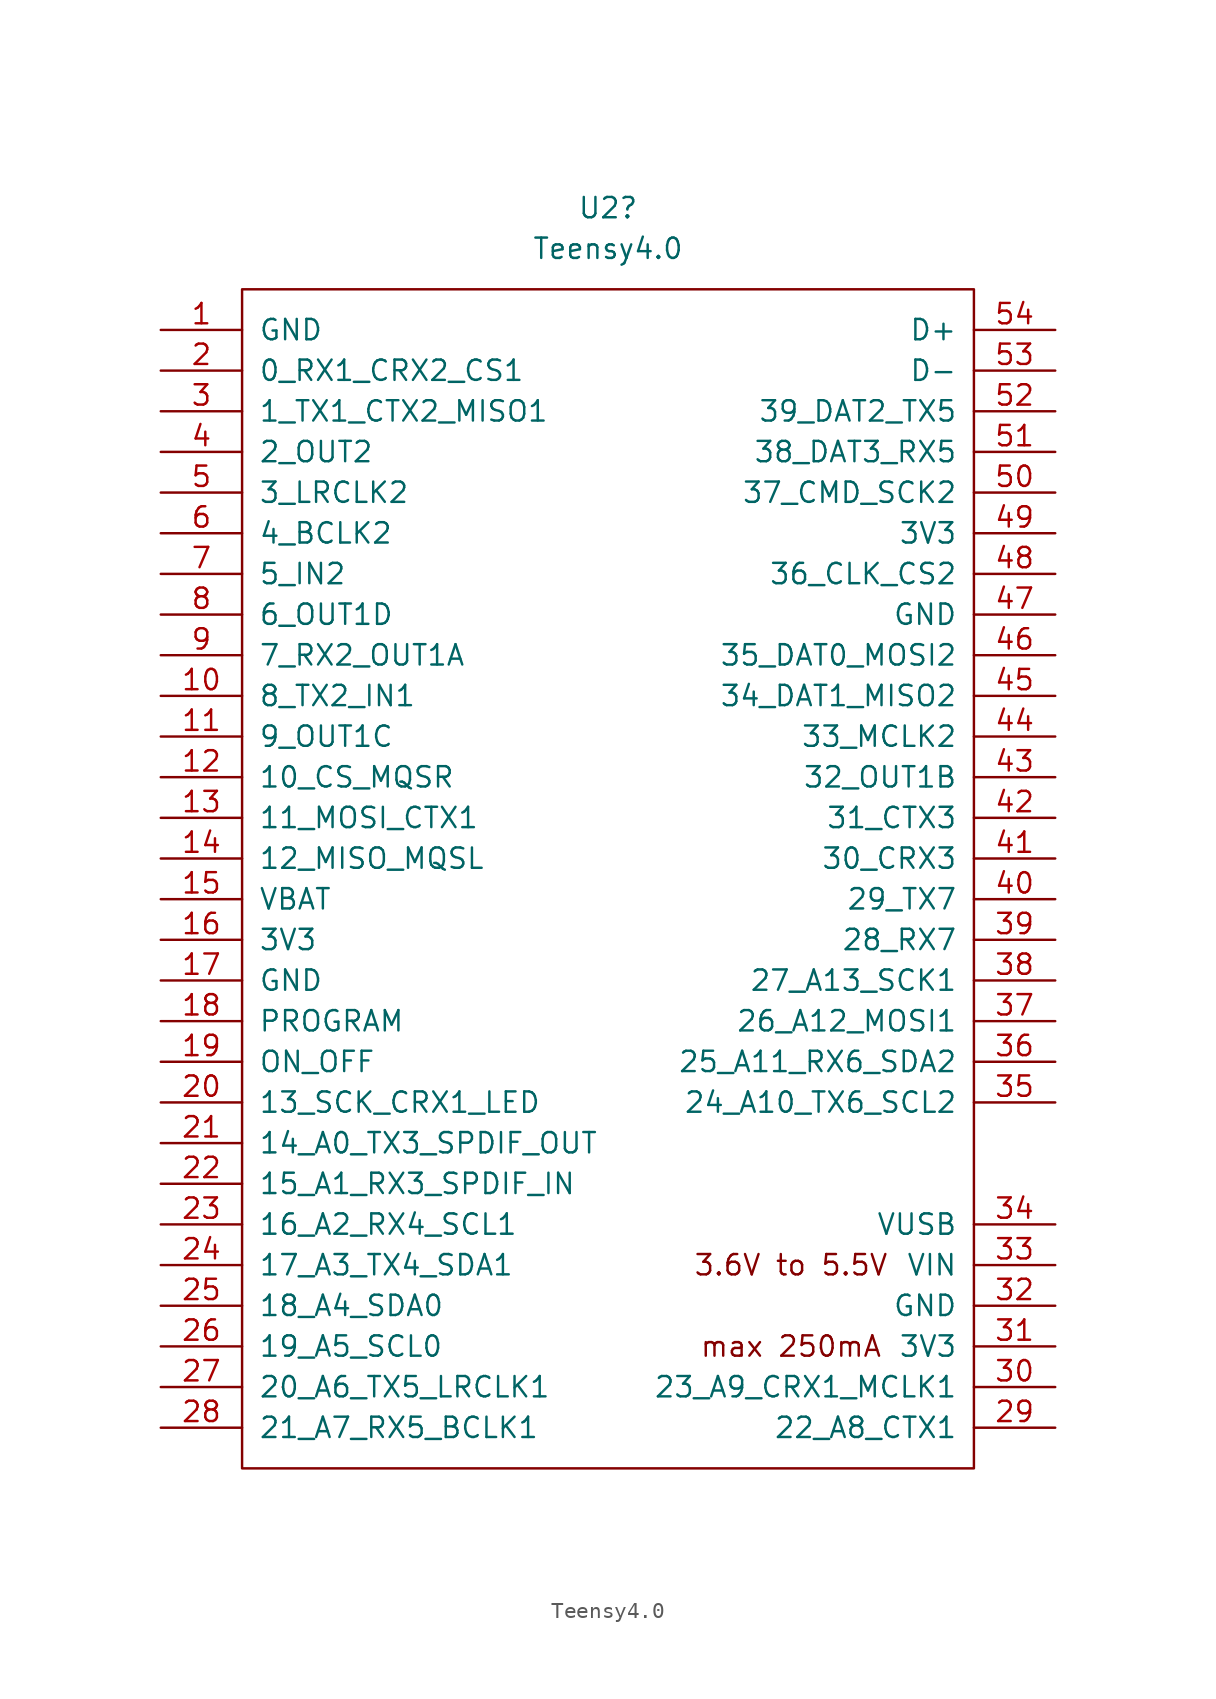
<source format=kicad_sym>
(kicad_symbol_lib
  (version 20220914)
  (generator kicad_symbol_editor)
  (symbol "Teensy4.0"
    (pin_names
      (offset 1.016))
    (property "Reference" "U2"
      (at 0 41.91 0)
      (effects (font (size 1.27 1.27))))
    (property "Value" "Teensy4.0"
      (at 0 39.37 0)
      (effects (font (size 1.27 1.27))))
    (symbol "Teensy4.0_0_0"
      (text "3.6V to 5.5V" (at 11.43 -24.13 0) (effects (font (size 1.27 1.27))))
      (text "max 250mA" (at 11.43 -29.21 0) (effects (font (size 1.27 1.27))))
      (pin bidirectional line (at -27.94 11.43 0) (length 5.08) (name "8_TX2_IN1" (effects (font (size 1.27 1.27)))) (number "10" (effects (font (size 1.27 1.27)))))
      (pin bidirectional line (at -27.94 8.89 0) (length 5.08) (name "9_OUT1C" (effects (font (size 1.27 1.27)))) (number "11" (effects (font (size 1.27 1.27)))))
      (pin bidirectional line (at -27.94 6.35 0) (length 5.08) (name "10_CS_MQSR" (effects (font (size 1.27 1.27)))) (number "12" (effects (font (size 1.27 1.27)))))
      (pin bidirectional line (at -27.94 3.81 0) (length 5.08) (name "11_MOSI_CTX1" (effects (font (size 1.27 1.27)))) (number "13" (effects (font (size 1.27 1.27)))))
      (pin bidirectional line (at -27.94 1.27 0) (length 5.08) (name "12_MISO_MQSL" (effects (font (size 1.27 1.27)))) (number "14" (effects (font (size 1.27 1.27)))))
      (pin power_in line (at -27.94 -1.27 0) (length 5.08) (name "VBAT" (effects (font (size 1.27 1.27)))) (number "15" (effects (font (size 1.27 1.27)))))
      (pin power_in line (at -27.94 -3.81 0) (length 5.08) (name "3V3" (effects (font (size 1.27 1.27)))) (number "16" (effects (font (size 1.27 1.27)))))
      (pin power_in line (at -27.94 -6.35 0) (length 5.08) (name "GND" (effects (font (size 1.27 1.27)))) (number "17" (effects (font (size 1.27 1.27)))))
      (pin input line (at -27.94 -8.89 0) (length 5.08) (name "PROGRAM" (effects (font (size 1.27 1.27)))) (number "18" (effects (font (size 1.27 1.27)))))
      (pin input line (at -27.94 -11.43 0) (length 5.08) (name "ON_OFF" (effects (font (size 1.27 1.27)))) (number "19" (effects (font (size 1.27 1.27)))))
      (pin bidirectional line (at -27.94 -13.97 0) (length 5.08) (name "13_SCK_CRX1_LED" (effects (font (size 1.27 1.27)))) (number "20" (effects (font (size 1.27 1.27)))))
      (pin bidirectional line (at -27.94 -16.51 0) (length 5.08) (name "14_A0_TX3_SPDIF_OUT" (effects (font (size 1.27 1.27)))) (number "21" (effects (font (size 1.27 1.27)))))
      (pin bidirectional line (at -27.94 -19.05 0) (length 5.08) (name "15_A1_RX3_SPDIF_IN" (effects (font (size 1.27 1.27)))) (number "22" (effects (font (size 1.27 1.27)))))
      (pin bidirectional line (at -27.94 -21.59 0) (length 5.08) (name "16_A2_RX4_SCL1" (effects (font (size 1.27 1.27)))) (number "23" (effects (font (size 1.27 1.27)))))
      (pin bidirectional line (at -27.94 -24.13 0) (length 5.08) (name "17_A3_TX4_SDA1" (effects (font (size 1.27 1.27)))) (number "24" (effects (font (size 1.27 1.27)))))
      (pin bidirectional line (at -27.94 -26.67 0) (length 5.08) (name "18_A4_SDA0" (effects (font (size 1.27 1.27)))) (number "25" (effects (font (size 1.27 1.27)))))
      (pin bidirectional line (at -27.94 -29.21 0) (length 5.08) (name "19_A5_SCL0" (effects (font (size 1.27 1.27)))) (number "26" (effects (font (size 1.27 1.27)))))
      (pin bidirectional line (at -27.94 -31.75 0) (length 5.08) (name "20_A6_TX5_LRCLK1" (effects (font (size 1.27 1.27)))) (number "27" (effects (font (size 1.27 1.27)))))
      (pin bidirectional line (at -27.94 -34.29 0) (length 5.08) (name "21_A7_RX5_BCLK1" (effects (font (size 1.27 1.27)))) (number "28" (effects (font (size 1.27 1.27)))))
      (pin bidirectional line (at 27.94 -34.29 180) (length 5.08) (name "22_A8_CTX1" (effects (font (size 1.27 1.27)))) (number "29" (effects (font (size 1.27 1.27)))))
      (pin bidirectional line (at 27.94 -31.75 180) (length 5.08) (name "23_A9_CRX1_MCLK1" (effects (font (size 1.27 1.27)))) (number "30" (effects (font (size 1.27 1.27)))))
      (pin power_out line (at 27.94 -29.21 180) (length 5.08) (name "3V3" (effects (font (size 1.27 1.27)))) (number "31" (effects (font (size 1.27 1.27)))))
      (pin power_in line (at 27.94 -26.67 180) (length 5.08) (name "GND" (effects (font (size 1.27 1.27)))) (number "32" (effects (font (size 1.27 1.27)))))
      (pin power_in line (at 27.94 -24.13 180) (length 5.08) (name "VIN" (effects (font (size 1.27 1.27)))) (number "33" (effects (font (size 1.27 1.27)))))
      (pin power_out line (at 27.94 -21.59 180) (length 5.08) (name "VUSB" (effects (font (size 1.27 1.27)))) (number "34" (effects (font (size 1.27 1.27)))))
      (pin bidirectional line (at 27.94 -13.97 180) (length 5.08) (name "24_A10_TX6_SCL2" (effects (font (size 1.27 1.27)))) (number "35" (effects (font (size 1.27 1.27)))))
      (pin bidirectional line (at 27.94 -11.43 180) (length 5.08) (name "25_A11_RX6_SDA2" (effects (font (size 1.27 1.27)))) (number "36" (effects (font (size 1.27 1.27)))))
      (pin bidirectional line (at 27.94 -8.89 180) (length 5.08) (name "26_A12_MOSI1" (effects (font (size 1.27 1.27)))) (number "37" (effects (font (size 1.27 1.27)))))
      (pin bidirectional line (at 27.94 -6.35 180) (length 5.08) (name "27_A13_SCK1" (effects (font (size 1.27 1.27)))) (number "38" (effects (font (size 1.27 1.27)))))
      (pin bidirectional line (at 27.94 -3.81 180) (length 5.08) (name "28_RX7" (effects (font (size 1.27 1.27)))) (number "39" (effects (font (size 1.27 1.27)))))
      (pin bidirectional line (at 27.94 -1.27 180) (length 5.08) (name "29_TX7" (effects (font (size 1.27 1.27)))) (number "40" (effects (font (size 1.27 1.27)))))
      (pin bidirectional line (at 27.94 1.27 180) (length 5.08) (name "30_CRX3" (effects (font (size 1.27 1.27)))) (number "41" (effects (font (size 1.27 1.27)))))
      (pin bidirectional line (at 27.94 3.81 180) (length 5.08) (name "31_CTX3" (effects (font (size 1.27 1.27)))) (number "42" (effects (font (size 1.27 1.27)))))
      (pin bidirectional line (at 27.94 6.35 180) (length 5.08) (name "32_OUT1B" (effects (font (size 1.27 1.27)))) (number "43" (effects (font (size 1.27 1.27)))))
      (pin bidirectional line (at 27.94 8.89 180) (length 5.08) (name "33_MCLK2" (effects (font (size 1.27 1.27)))) (number "44" (effects (font (size 1.27 1.27)))))
      (pin bidirectional line (at 27.94 11.43 180) (length 5.08) (name "34_DAT1_MISO2" (effects (font (size 1.27 1.27)))) (number "45" (effects (font (size 1.27 1.27)))))
      (pin bidirectional line (at 27.94 13.97 180) (length 5.08) (name "35_DAT0_MOSI2" (effects (font (size 1.27 1.27)))) (number "46" (effects (font (size 1.27 1.27)))))
      (pin power_out line (at 27.94 16.51 180) (length 5.08) (name "GND" (effects (font (size 1.27 1.27)))) (number "47" (effects (font (size 1.27 1.27)))))
      (pin bidirectional line (at 27.94 19.05 180) (length 5.08) (name "36_CLK_CS2" (effects (font (size 1.27 1.27)))) (number "48" (effects (font (size 1.27 1.27)))))
      (pin power_out line (at 27.94 21.59 180) (length 5.08) (name "3V3" (effects (font (size 1.27 1.27)))) (number "49" (effects (font (size 1.27 1.27)))))
      (pin bidirectional line (at -27.94 24.13 0) (length 5.08) (name "3_LRCLK2" (effects (font (size 1.27 1.27)))) (number "5" (effects (font (size 1.27 1.27)))))
      (pin bidirectional line (at 27.94 24.13 180) (length 5.08) (name "37_CMD_SCK2" (effects (font (size 1.27 1.27)))) (number "50" (effects (font (size 1.27 1.27)))))
      (pin bidirectional line (at 27.94 26.67 180) (length 5.08) (name "38_DAT3_RX5" (effects (font (size 1.27 1.27)))) (number "51" (effects (font (size 1.27 1.27)))))
      (pin bidirectional line (at 27.94 29.21 180) (length 5.08) (name "39_DAT2_TX5" (effects (font (size 1.27 1.27)))) (number "52" (effects (font (size 1.27 1.27)))))
      (pin bidirectional line (at 27.94 31.75 180) (length 5.08) (name "D-" (effects (font (size 1.27 1.27)))) (number "53" (effects (font (size 1.27 1.27)))))
      (pin bidirectional line (at 27.94 34.29 180) (length 5.08) (name "D+" (effects (font (size 1.27 1.27)))) (number "54" (effects (font (size 1.27 1.27)))))
      (pin bidirectional line (at -27.94 21.59 0) (length 5.08) (name "4_BCLK2" (effects (font (size 1.27 1.27)))) (number "6" (effects (font (size 1.27 1.27)))))
      (pin bidirectional line (at -27.94 19.05 0) (length 5.08) (name "5_IN2" (effects (font (size 1.27 1.27)))) (number "7" (effects (font (size 1.27 1.27)))))
      (pin bidirectional line (at -27.94 16.51 0) (length 5.08) (name "6_OUT1D" (effects (font (size 1.27 1.27)))) (number "8" (effects (font (size 1.27 1.27)))))
      (pin bidirectional line (at -27.94 13.97 0) (length 5.08) (name "7_RX2_OUT1A" (effects (font (size 1.27 1.27)))) (number "9" (effects (font (size 1.27 1.27))))))
    (symbol "Teensy4.0_0_1"
      (rectangle (start -22.86 36.83) (end 22.86 -36.83) (stroke (width 0) (type solid)) (fill (type none)))
      (rectangle (start -20.32 -31.75) (end -20.32 -31.75) (stroke (width 0) (type solid)) (fill (type none))))
    (symbol "Teensy4.0_1_1"
      (pin power_in line (at -27.94 34.29 0) (length 5.08) (name "GND" (effects (font (size 1.27 1.27)))) (number "1" (effects (font (size 1.27 1.27)))))
      (pin bidirectional line (at -27.94 31.75 0) (length 5.08) (name "0_RX1_CRX2_CS1" (effects (font (size 1.27 1.27)))) (number "2" (effects (font (size 1.27 1.27)))))
      (pin bidirectional line (at -27.94 29.21 0) (length 5.08) (name "1_TX1_CTX2_MISO1" (effects (font (size 1.27 1.27)))) (number "3" (effects (font (size 1.27 1.27)))))
      (pin bidirectional line (at -27.94 26.67 0) (length 5.08) (name "2_OUT2" (effects (font (size 1.27 1.27)))) (number "4" (effects (font (size 1.27 1.27))))))))
</source>
